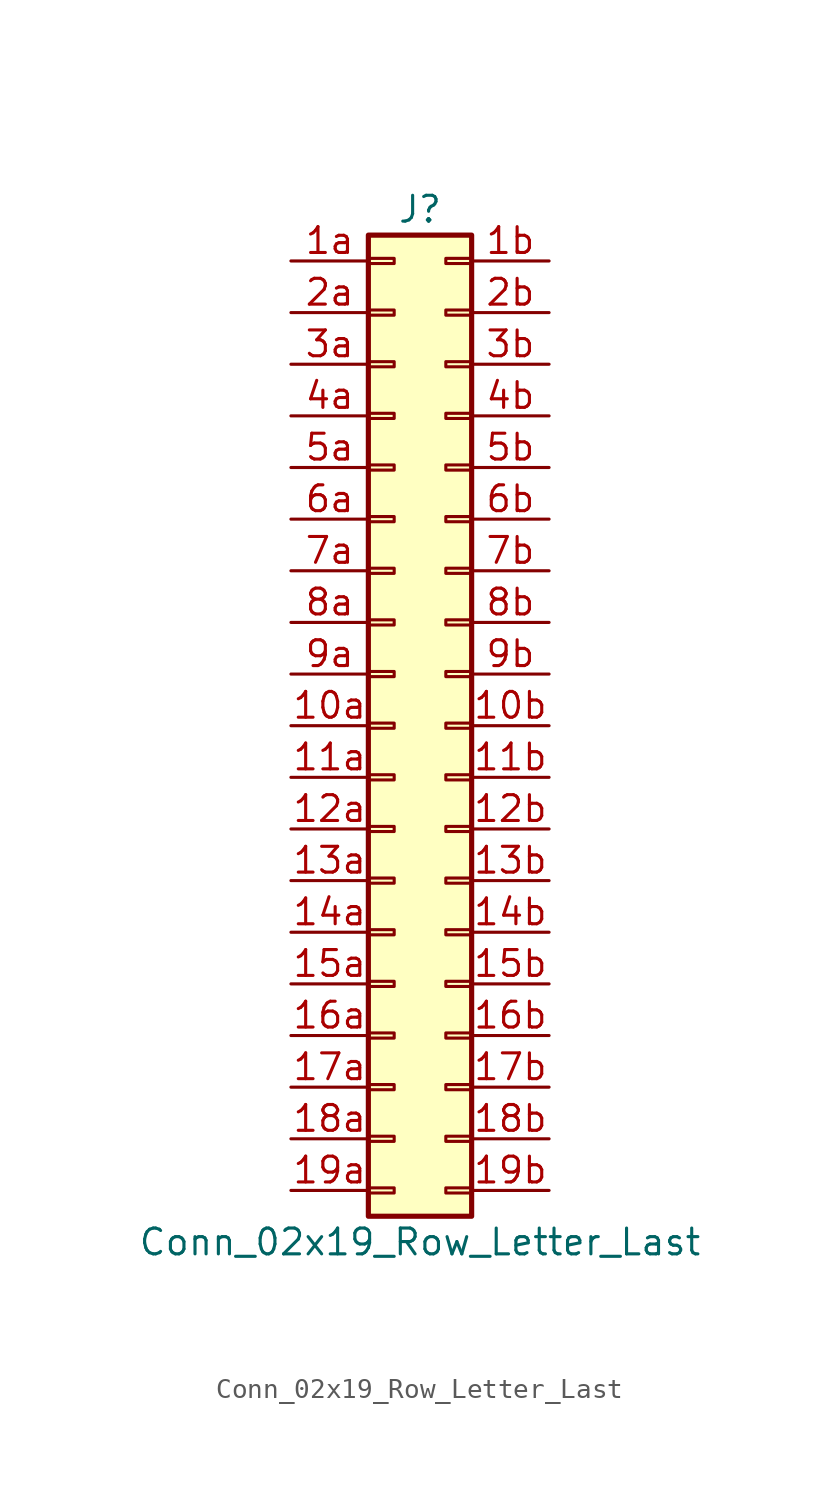
<source format=kicad_sym>
(kicad_symbol_lib
  (version 20201005)
  (generator kicad_symbol_editor)
  (symbol "Conn_02x19_Row_Letter_Last"
    (pin_names
      (offset 1.016) hide)
    (property "Reference" "J"
      (at 1.27 25.4 0)
      (effects (font (size 1.27 1.27))))
    (property "Value" "Conn_02x19_Row_Letter_Last"
      (at 1.27 -25.4 0)
      (effects (font (size 1.27 1.27))))
    (symbol "Conn_02x19_Row_Letter_Last_1_1"
      (rectangle (start -1.27 -22.733) (end 0 -22.987) (stroke (width 0.152)) (fill (type none)))
      (rectangle (start -1.27 -20.193) (end 0 -20.447) (stroke (width 0.152)) (fill (type none)))
      (rectangle (start -1.27 -17.653) (end 0 -17.907) (stroke (width 0.152)) (fill (type none)))
      (rectangle (start -1.27 -15.113) (end 0 -15.367) (stroke (width 0.152)) (fill (type none)))
      (rectangle (start -1.27 -12.573) (end 0 -12.827) (stroke (width 0.152)) (fill (type none)))
      (rectangle (start -1.27 -10.033) (end 0 -10.287) (stroke (width 0.152)) (fill (type none)))
      (rectangle (start -1.27 -7.493) (end 0 -7.747) (stroke (width 0.152)) (fill (type none)))
      (rectangle (start -1.27 -4.953) (end 0 -5.207) (stroke (width 0.152)) (fill (type none)))
      (rectangle (start -1.27 -2.413) (end 0 -2.667) (stroke (width 0.152)) (fill (type none)))
      (rectangle (start -1.27 0.127) (end 0 -0.127) (stroke (width 0.152)) (fill (type none)))
      (rectangle (start -1.27 2.667) (end 0 2.413) (stroke (width 0.152)) (fill (type none)))
      (rectangle (start -1.27 5.207) (end 0 4.953) (stroke (width 0.152)) (fill (type none)))
      (rectangle (start -1.27 7.747) (end 0 7.493) (stroke (width 0.152)) (fill (type none)))
      (rectangle (start -1.27 10.287) (end 0 10.033) (stroke (width 0.152)) (fill (type none)))
      (rectangle (start -1.27 12.827) (end 0 12.573) (stroke (width 0.152)) (fill (type none)))
      (rectangle (start -1.27 15.367) (end 0 15.113) (stroke (width 0.152)) (fill (type none)))
      (rectangle (start -1.27 17.907) (end 0 17.653) (stroke (width 0.152)) (fill (type none)))
      (rectangle (start -1.27 20.447) (end 0 20.193) (stroke (width 0.152)) (fill (type none)))
      (rectangle (start -1.27 22.987) (end 0 22.733) (stroke (width 0.152)) (fill (type none)))
      (rectangle (start 3.81 -22.733) (end 2.54 -22.987) (stroke (width 0.152)) (fill (type none)))
      (rectangle (start 3.81 -20.193) (end 2.54 -20.447) (stroke (width 0.152)) (fill (type none)))
      (rectangle (start 3.81 -17.653) (end 2.54 -17.907) (stroke (width 0.152)) (fill (type none)))
      (rectangle (start 3.81 -15.113) (end 2.54 -15.367) (stroke (width 0.152)) (fill (type none)))
      (rectangle (start 3.81 -12.573) (end 2.54 -12.827) (stroke (width 0.152)) (fill (type none)))
      (rectangle (start 3.81 -10.033) (end 2.54 -10.287) (stroke (width 0.152)) (fill (type none)))
      (rectangle (start 3.81 -7.493) (end 2.54 -7.747) (stroke (width 0.152)) (fill (type none)))
      (rectangle (start 3.81 -4.953) (end 2.54 -5.207) (stroke (width 0.152)) (fill (type none)))
      (rectangle (start 3.81 -2.413) (end 2.54 -2.667) (stroke (width 0.152)) (fill (type none)))
      (rectangle (start 3.81 0.127) (end 2.54 -0.127) (stroke (width 0.152)) (fill (type none)))
      (rectangle (start 3.81 2.667) (end 2.54 2.413) (stroke (width 0.152)) (fill (type none)))
      (rectangle (start 3.81 5.207) (end 2.54 4.953) (stroke (width 0.152)) (fill (type none)))
      (rectangle (start 3.81 7.747) (end 2.54 7.493) (stroke (width 0.152)) (fill (type none)))
      (rectangle (start 3.81 10.287) (end 2.54 10.033) (stroke (width 0.152)) (fill (type none)))
      (rectangle (start 3.81 12.827) (end 2.54 12.573) (stroke (width 0.152)) (fill (type none)))
      (rectangle (start 3.81 15.367) (end 2.54 15.113) (stroke (width 0.152)) (fill (type none)))
      (rectangle (start 3.81 17.907) (end 2.54 17.653) (stroke (width 0.152)) (fill (type none)))
      (rectangle (start 3.81 20.447) (end 2.54 20.193) (stroke (width 0.152)) (fill (type none)))
      (rectangle (start 3.81 22.987) (end 2.54 22.733) (stroke (width 0.152)) (fill (type none)))
      (rectangle (start -1.27 24.13) (end 3.81 -24.13) (stroke (width 0.254)) (fill (type background)))
      (pin passive line (at -5.08 0 0) (length 3.81) (name "Pin_10a" (effects (font (size 1.27 1.27)))) (number "10a" (effects (font (size 1.27 1.27)))))
      (pin passive line (at 7.62 0 180) (length 3.81) (name "Pin_10b" (effects (font (size 1.27 1.27)))) (number "10b" (effects (font (size 1.27 1.27)))))
      (pin passive line (at -5.08 -2.54 0) (length 3.81) (name "Pin_11a" (effects (font (size 1.27 1.27)))) (number "11a" (effects (font (size 1.27 1.27)))))
      (pin passive line (at 7.62 -2.54 180) (length 3.81) (name "Pin_11b" (effects (font (size 1.27 1.27)))) (number "11b" (effects (font (size 1.27 1.27)))))
      (pin passive line (at -5.08 -5.08 0) (length 3.81) (name "Pin_12a" (effects (font (size 1.27 1.27)))) (number "12a" (effects (font (size 1.27 1.27)))))
      (pin passive line (at 7.62 -5.08 180) (length 3.81) (name "Pin_12b" (effects (font (size 1.27 1.27)))) (number "12b" (effects (font (size 1.27 1.27)))))
      (pin passive line (at -5.08 -7.62 0) (length 3.81) (name "Pin_13a" (effects (font (size 1.27 1.27)))) (number "13a" (effects (font (size 1.27 1.27)))))
      (pin passive line (at 7.62 -7.62 180) (length 3.81) (name "Pin_13b" (effects (font (size 1.27 1.27)))) (number "13b" (effects (font (size 1.27 1.27)))))
      (pin passive line (at -5.08 -10.16 0) (length 3.81) (name "Pin_14a" (effects (font (size 1.27 1.27)))) (number "14a" (effects (font (size 1.27 1.27)))))
      (pin passive line (at 7.62 -10.16 180) (length 3.81) (name "Pin_14b" (effects (font (size 1.27 1.27)))) (number "14b" (effects (font (size 1.27 1.27)))))
      (pin passive line (at -5.08 -12.7 0) (length 3.81) (name "Pin_15a" (effects (font (size 1.27 1.27)))) (number "15a" (effects (font (size 1.27 1.27)))))
      (pin passive line (at 7.62 -12.7 180) (length 3.81) (name "Pin_15b" (effects (font (size 1.27 1.27)))) (number "15b" (effects (font (size 1.27 1.27)))))
      (pin passive line (at -5.08 -15.24 0) (length 3.81) (name "Pin_16a" (effects (font (size 1.27 1.27)))) (number "16a" (effects (font (size 1.27 1.27)))))
      (pin passive line (at 7.62 -15.24 180) (length 3.81) (name "Pin_16b" (effects (font (size 1.27 1.27)))) (number "16b" (effects (font (size 1.27 1.27)))))
      (pin passive line (at -5.08 -17.78 0) (length 3.81) (name "Pin_17a" (effects (font (size 1.27 1.27)))) (number "17a" (effects (font (size 1.27 1.27)))))
      (pin passive line (at 7.62 -17.78 180) (length 3.81) (name "Pin_17b" (effects (font (size 1.27 1.27)))) (number "17b" (effects (font (size 1.27 1.27)))))
      (pin passive line (at -5.08 -20.32 0) (length 3.81) (name "Pin_18a" (effects (font (size 1.27 1.27)))) (number "18a" (effects (font (size 1.27 1.27)))))
      (pin passive line (at 7.62 -20.32 180) (length 3.81) (name "Pin_18b" (effects (font (size 1.27 1.27)))) (number "18b" (effects (font (size 1.27 1.27)))))
      (pin passive line (at -5.08 -22.86 0) (length 3.81) (name "Pin_19a" (effects (font (size 1.27 1.27)))) (number "19a" (effects (font (size 1.27 1.27)))))
      (pin passive line (at 7.62 -22.86 180) (length 3.81) (name "Pin_19b" (effects (font (size 1.27 1.27)))) (number "19b" (effects (font (size 1.27 1.27)))))
      (pin passive line (at -5.08 22.86 0) (length 3.81) (name "Pin_1a" (effects (font (size 1.27 1.27)))) (number "1a" (effects (font (size 1.27 1.27)))))
      (pin passive line (at 7.62 22.86 180) (length 3.81) (name "Pin_1b" (effects (font (size 1.27 1.27)))) (number "1b" (effects (font (size 1.27 1.27)))))
      (pin passive line (at -5.08 20.32 0) (length 3.81) (name "Pin_2a" (effects (font (size 1.27 1.27)))) (number "2a" (effects (font (size 1.27 1.27)))))
      (pin passive line (at 7.62 20.32 180) (length 3.81) (name "Pin_2b" (effects (font (size 1.27 1.27)))) (number "2b" (effects (font (size 1.27 1.27)))))
      (pin passive line (at -5.08 17.78 0) (length 3.81) (name "Pin_3a" (effects (font (size 1.27 1.27)))) (number "3a" (effects (font (size 1.27 1.27)))))
      (pin passive line (at 7.62 17.78 180) (length 3.81) (name "Pin_3b" (effects (font (size 1.27 1.27)))) (number "3b" (effects (font (size 1.27 1.27)))))
      (pin passive line (at -5.08 15.24 0) (length 3.81) (name "Pin_4a" (effects (font (size 1.27 1.27)))) (number "4a" (effects (font (size 1.27 1.27)))))
      (pin passive line (at 7.62 15.24 180) (length 3.81) (name "Pin_4b" (effects (font (size 1.27 1.27)))) (number "4b" (effects (font (size 1.27 1.27)))))
      (pin passive line (at -5.08 12.7 0) (length 3.81) (name "Pin_5a" (effects (font (size 1.27 1.27)))) (number "5a" (effects (font (size 1.27 1.27)))))
      (pin passive line (at 7.62 12.7 180) (length 3.81) (name "Pin_5b" (effects (font (size 1.27 1.27)))) (number "5b" (effects (font (size 1.27 1.27)))))
      (pin passive line (at -5.08 10.16 0) (length 3.81) (name "Pin_6a" (effects (font (size 1.27 1.27)))) (number "6a" (effects (font (size 1.27 1.27)))))
      (pin passive line (at 7.62 10.16 180) (length 3.81) (name "Pin_6b" (effects (font (size 1.27 1.27)))) (number "6b" (effects (font (size 1.27 1.27)))))
      (pin passive line (at -5.08 7.62 0) (length 3.81) (name "Pin_7a" (effects (font (size 1.27 1.27)))) (number "7a" (effects (font (size 1.27 1.27)))))
      (pin passive line (at 7.62 7.62 180) (length 3.81) (name "Pin_7b" (effects (font (size 1.27 1.27)))) (number "7b" (effects (font (size 1.27 1.27)))))
      (pin passive line (at -5.08 5.08 0) (length 3.81) (name "Pin_8a" (effects (font (size 1.27 1.27)))) (number "8a" (effects (font (size 1.27 1.27)))))
      (pin passive line (at 7.62 5.08 180) (length 3.81) (name "Pin_8b" (effects (font (size 1.27 1.27)))) (number "8b" (effects (font (size 1.27 1.27)))))
      (pin passive line (at -5.08 2.54 0) (length 3.81) (name "Pin_9a" (effects (font (size 1.27 1.27)))) (number "9a" (effects (font (size 1.27 1.27)))))
      (pin passive line (at 7.62 2.54 180) (length 3.81) (name "Pin_9b" (effects (font (size 1.27 1.27)))) (number "9b" (effects (font (size 1.27 1.27))))))))
</source>
